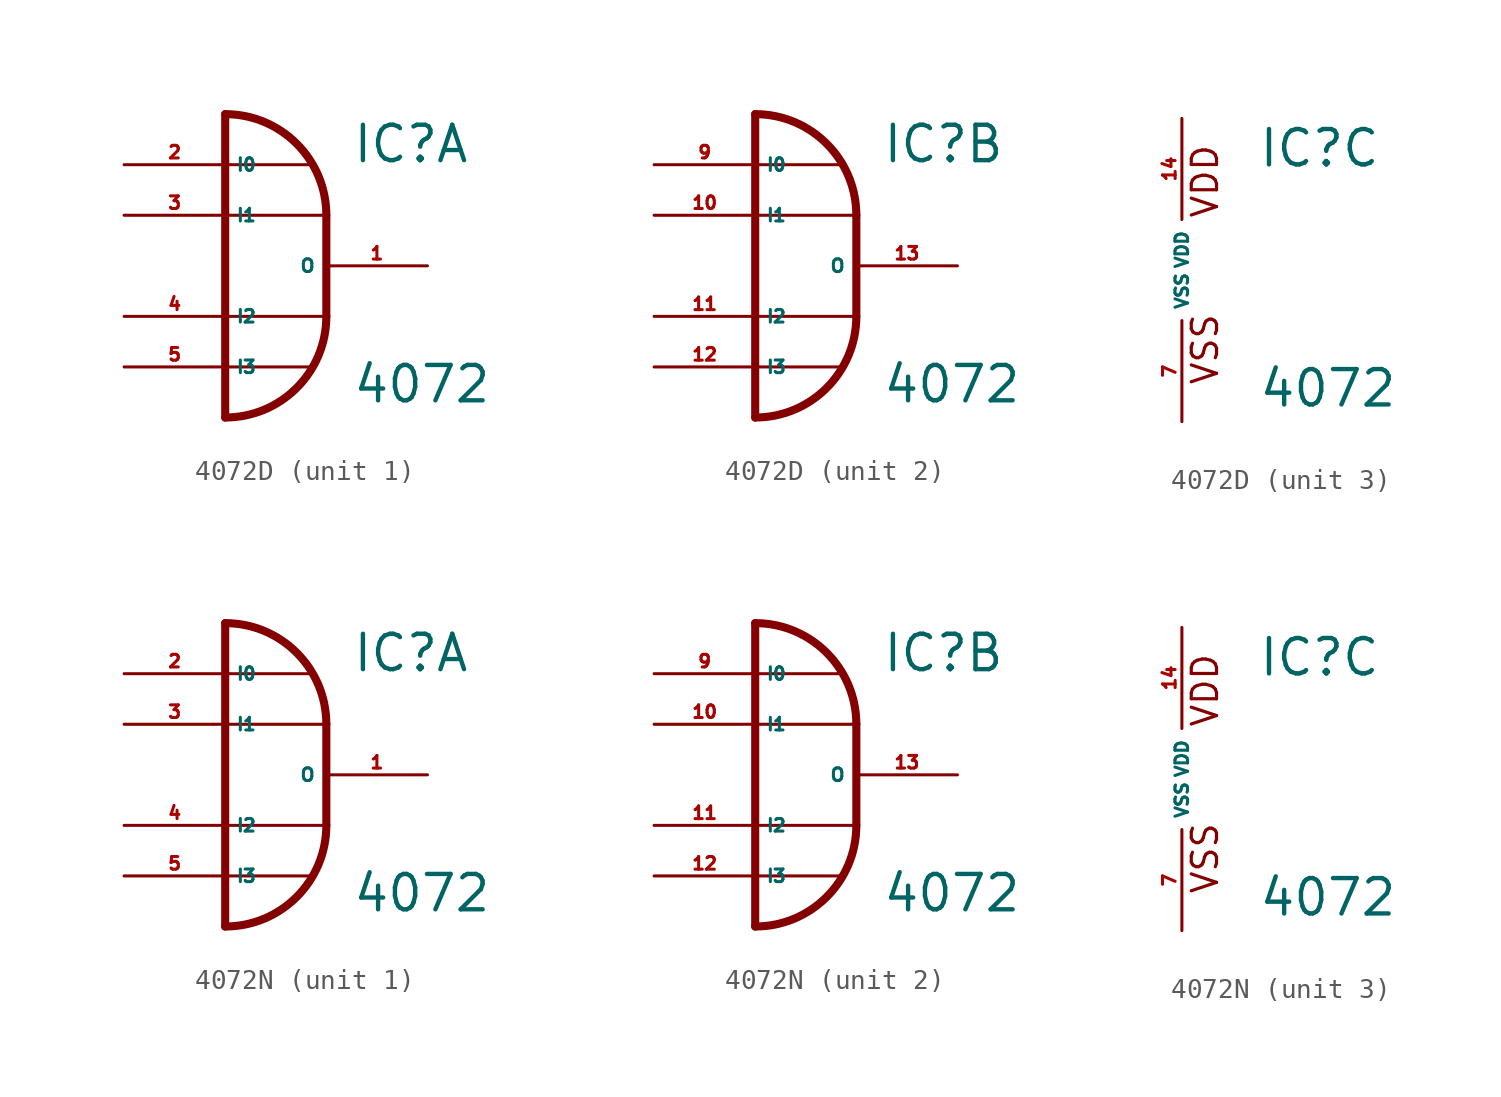
<source format=kicad_sym>
(kicad_symbol_lib
  (version 20220914)
  (generator Eagle2Kicad)
  (symbol "4072D"
    (property "Reference" "IC"
      (at 3.81 5.08 0)
      (effects (font (size 1.778 1.778) (thickness 0.22)) (justify left bottom)))
    (property "Value" "4072"
      (at 3.81 -6.985 0)
      (effects (font (size 1.778 1.778) (thickness 0.22)) (justify left bottom)))
    (symbol "4072D_1_0"
      (arc (start 2.54 2.54) (mid 1.052 6.132) (end -2.54 7.62) (stroke (width 0.4064) (type default)) (fill (type none)))
      (arc (start -2.54 -7.62) (mid 1.052 -6.132) (end 2.54 -2.54) (stroke (width 0.4064) (type default)) (fill (type none)))
      (polyline (pts (xy 2.54 2.54) (xy 2.54 -2.54)) (stroke (width 0.406) (type default)) (fill (type none)))
      (polyline (pts (xy -2.54 5.08) (xy 1.778 5.08)) (stroke (width 0.152) (type default)) (fill (type none)))
      (polyline (pts (xy -2.54 -5.08) (xy 1.778 -5.08)) (stroke (width 0.152) (type default)) (fill (type none)))
      (polyline (pts (xy -2.54 2.54) (xy 2.54 2.54)) (stroke (width 0.152) (type default)) (fill (type none)))
      (polyline (pts (xy -2.54 -2.54) (xy 2.54 -2.54)) (stroke (width 0.152) (type default)) (fill (type none)))
      (polyline (pts (xy -2.54 7.62) (xy -2.54 -7.62)) (stroke (width 0.406) (type default)) (fill (type none)))
      (pin output line (at 7.62 0 180) (length 5.08) (name "O" (effects (font (size 0.635 0.635) (thickness 0.08)) (justify left bottom))) (number "1" (effects (font (size 0.635 0.635) (thickness 0.08)) (justify left bottom))))
      (pin input line (at -7.62 5.08 0) (length 5.08) (name "I0" (effects (font (size 0.635 0.635) (thickness 0.08)) (justify left bottom))) (number "2" (effects (font (size 0.635 0.635) (thickness 0.08)) (justify left bottom))))
      (pin input line (at -7.62 2.54 0) (length 5.08) (name "I1" (effects (font (size 0.635 0.635) (thickness 0.08)) (justify left bottom))) (number "3" (effects (font (size 0.635 0.635) (thickness 0.08)) (justify left bottom))))
      (pin input line (at -7.62 -2.54 0) (length 5.08) (name "I2" (effects (font (size 0.635 0.635) (thickness 0.08)) (justify left bottom))) (number "4" (effects (font (size 0.635 0.635) (thickness 0.08)) (justify left bottom))))
      (pin input line (at -7.62 -5.08 0) (length 5.08) (name "I3" (effects (font (size 0.635 0.635) (thickness 0.08)) (justify left bottom))) (number "5" (effects (font (size 0.635 0.635) (thickness 0.08)) (justify left bottom)))))
    (symbol "4072D_2_0"
      (arc (start 2.54 2.54) (mid 1.052 6.132) (end -2.54 7.62) (stroke (width 0.4064) (type default)) (fill (type none)))
      (arc (start -2.54 -7.62) (mid 1.052 -6.132) (end 2.54 -2.54) (stroke (width 0.4064) (type default)) (fill (type none)))
      (polyline (pts (xy 2.54 2.54) (xy 2.54 -2.54)) (stroke (width 0.406) (type default)) (fill (type none)))
      (polyline (pts (xy -2.54 5.08) (xy 1.778 5.08)) (stroke (width 0.152) (type default)) (fill (type none)))
      (polyline (pts (xy -2.54 -5.08) (xy 1.778 -5.08)) (stroke (width 0.152) (type default)) (fill (type none)))
      (polyline (pts (xy -2.54 2.54) (xy 2.54 2.54)) (stroke (width 0.152) (type default)) (fill (type none)))
      (polyline (pts (xy -2.54 -2.54) (xy 2.54 -2.54)) (stroke (width 0.152) (type default)) (fill (type none)))
      (polyline (pts (xy -2.54 7.62) (xy -2.54 -7.62)) (stroke (width 0.406) (type default)) (fill (type none)))
      (pin output line (at 7.62 0 180) (length 5.08) (name "O" (effects (font (size 0.635 0.635) (thickness 0.08)) (justify left bottom))) (number "13" (effects (font (size 0.635 0.635) (thickness 0.08)) (justify left bottom))))
      (pin input line (at -7.62 5.08 0) (length 5.08) (name "I0" (effects (font (size 0.635 0.635) (thickness 0.08)) (justify left bottom))) (number "9" (effects (font (size 0.635 0.635) (thickness 0.08)) (justify left bottom))))
      (pin input line (at -7.62 2.54 0) (length 5.08) (name "I1" (effects (font (size 0.635 0.635) (thickness 0.08)) (justify left bottom))) (number "10" (effects (font (size 0.635 0.635) (thickness 0.08)) (justify left bottom))))
      (pin input line (at -7.62 -2.54 0) (length 5.08) (name "I2" (effects (font (size 0.635 0.635) (thickness 0.08)) (justify left bottom))) (number "11" (effects (font (size 0.635 0.635) (thickness 0.08)) (justify left bottom))))
      (pin input line (at -7.62 -5.08 0) (length 5.08) (name "I3" (effects (font (size 0.635 0.635) (thickness 0.08)) (justify left bottom))) (number "12" (effects (font (size 0.635 0.635) (thickness 0.08)) (justify left bottom)))))
    (symbol "4072D_3_0"
      (text "VDD" (at 1.905 2.54 900) (effects (font (size 1.27 1.27) (thickness 0.16)) (justify left bottom)))
      (text "VSS" (at 1.905 -5.842 900) (effects (font (size 1.27 1.27) (thickness 0.16)) (justify left bottom)))
      (pin unspecified line (at 0 -7.62 90) (length 5.08) (name "VSS" (effects (font (size 0.635 0.635) (thickness 0.08)) (justify left bottom))) (number "7" (effects (font (size 0.635 0.635) (thickness 0.08)) (justify left bottom))))
      (pin unspecified line (at 0 7.62 270) (length 5.08) (name "VDD" (effects (font (size 0.635 0.635) (thickness 0.08)) (justify left bottom))) (number "14" (effects (font (size 0.635 0.635) (thickness 0.08)) (justify left bottom))))))
  (symbol "4072N"
    (property "Reference" "IC"
      (at 3.81 5.08 0)
      (effects (font (size 1.778 1.778) (thickness 0.22)) (justify left bottom)))
    (property "Value" "4072"
      (at 3.81 -6.985 0)
      (effects (font (size 1.778 1.778) (thickness 0.22)) (justify left bottom)))
    (symbol "4072N_1_0"
      (arc (start 2.54 2.54) (mid 1.052 6.132) (end -2.54 7.62) (stroke (width 0.4064) (type default)) (fill (type none)))
      (arc (start -2.54 -7.62) (mid 1.052 -6.132) (end 2.54 -2.54) (stroke (width 0.4064) (type default)) (fill (type none)))
      (polyline (pts (xy 2.54 2.54) (xy 2.54 -2.54)) (stroke (width 0.406) (type default)) (fill (type none)))
      (polyline (pts (xy -2.54 5.08) (xy 1.778 5.08)) (stroke (width 0.152) (type default)) (fill (type none)))
      (polyline (pts (xy -2.54 -5.08) (xy 1.778 -5.08)) (stroke (width 0.152) (type default)) (fill (type none)))
      (polyline (pts (xy -2.54 2.54) (xy 2.54 2.54)) (stroke (width 0.152) (type default)) (fill (type none)))
      (polyline (pts (xy -2.54 -2.54) (xy 2.54 -2.54)) (stroke (width 0.152) (type default)) (fill (type none)))
      (polyline (pts (xy -2.54 7.62) (xy -2.54 -7.62)) (stroke (width 0.406) (type default)) (fill (type none)))
      (pin output line (at 7.62 0 180) (length 5.08) (name "O" (effects (font (size 0.635 0.635) (thickness 0.08)) (justify left bottom))) (number "1" (effects (font (size 0.635 0.635) (thickness 0.08)) (justify left bottom))))
      (pin input line (at -7.62 5.08 0) (length 5.08) (name "I0" (effects (font (size 0.635 0.635) (thickness 0.08)) (justify left bottom))) (number "2" (effects (font (size 0.635 0.635) (thickness 0.08)) (justify left bottom))))
      (pin input line (at -7.62 2.54 0) (length 5.08) (name "I1" (effects (font (size 0.635 0.635) (thickness 0.08)) (justify left bottom))) (number "3" (effects (font (size 0.635 0.635) (thickness 0.08)) (justify left bottom))))
      (pin input line (at -7.62 -2.54 0) (length 5.08) (name "I2" (effects (font (size 0.635 0.635) (thickness 0.08)) (justify left bottom))) (number "4" (effects (font (size 0.635 0.635) (thickness 0.08)) (justify left bottom))))
      (pin input line (at -7.62 -5.08 0) (length 5.08) (name "I3" (effects (font (size 0.635 0.635) (thickness 0.08)) (justify left bottom))) (number "5" (effects (font (size 0.635 0.635) (thickness 0.08)) (justify left bottom)))))
    (symbol "4072N_2_0"
      (arc (start 2.54 2.54) (mid 1.052 6.132) (end -2.54 7.62) (stroke (width 0.4064) (type default)) (fill (type none)))
      (arc (start -2.54 -7.62) (mid 1.052 -6.132) (end 2.54 -2.54) (stroke (width 0.4064) (type default)) (fill (type none)))
      (polyline (pts (xy 2.54 2.54) (xy 2.54 -2.54)) (stroke (width 0.406) (type default)) (fill (type none)))
      (polyline (pts (xy -2.54 5.08) (xy 1.778 5.08)) (stroke (width 0.152) (type default)) (fill (type none)))
      (polyline (pts (xy -2.54 -5.08) (xy 1.778 -5.08)) (stroke (width 0.152) (type default)) (fill (type none)))
      (polyline (pts (xy -2.54 2.54) (xy 2.54 2.54)) (stroke (width 0.152) (type default)) (fill (type none)))
      (polyline (pts (xy -2.54 -2.54) (xy 2.54 -2.54)) (stroke (width 0.152) (type default)) (fill (type none)))
      (polyline (pts (xy -2.54 7.62) (xy -2.54 -7.62)) (stroke (width 0.406) (type default)) (fill (type none)))
      (pin output line (at 7.62 0 180) (length 5.08) (name "O" (effects (font (size 0.635 0.635) (thickness 0.08)) (justify left bottom))) (number "13" (effects (font (size 0.635 0.635) (thickness 0.08)) (justify left bottom))))
      (pin input line (at -7.62 5.08 0) (length 5.08) (name "I0" (effects (font (size 0.635 0.635) (thickness 0.08)) (justify left bottom))) (number "9" (effects (font (size 0.635 0.635) (thickness 0.08)) (justify left bottom))))
      (pin input line (at -7.62 2.54 0) (length 5.08) (name "I1" (effects (font (size 0.635 0.635) (thickness 0.08)) (justify left bottom))) (number "10" (effects (font (size 0.635 0.635) (thickness 0.08)) (justify left bottom))))
      (pin input line (at -7.62 -2.54 0) (length 5.08) (name "I2" (effects (font (size 0.635 0.635) (thickness 0.08)) (justify left bottom))) (number "11" (effects (font (size 0.635 0.635) (thickness 0.08)) (justify left bottom))))
      (pin input line (at -7.62 -5.08 0) (length 5.08) (name "I3" (effects (font (size 0.635 0.635) (thickness 0.08)) (justify left bottom))) (number "12" (effects (font (size 0.635 0.635) (thickness 0.08)) (justify left bottom)))))
    (symbol "4072N_3_0"
      (text "VDD" (at 1.905 2.54 900) (effects (font (size 1.27 1.27) (thickness 0.16)) (justify left bottom)))
      (text "VSS" (at 1.905 -5.842 900) (effects (font (size 1.27 1.27) (thickness 0.16)) (justify left bottom)))
      (pin unspecified line (at 0 -7.62 90) (length 5.08) (name "VSS" (effects (font (size 0.635 0.635) (thickness 0.08)) (justify left bottom))) (number "7" (effects (font (size 0.635 0.635) (thickness 0.08)) (justify left bottom))))
      (pin unspecified line (at 0 7.62 270) (length 5.08) (name "VDD" (effects (font (size 0.635 0.635) (thickness 0.08)) (justify left bottom))) (number "14" (effects (font (size 0.635 0.635) (thickness 0.08)) (justify left bottom)))))))
</source>
